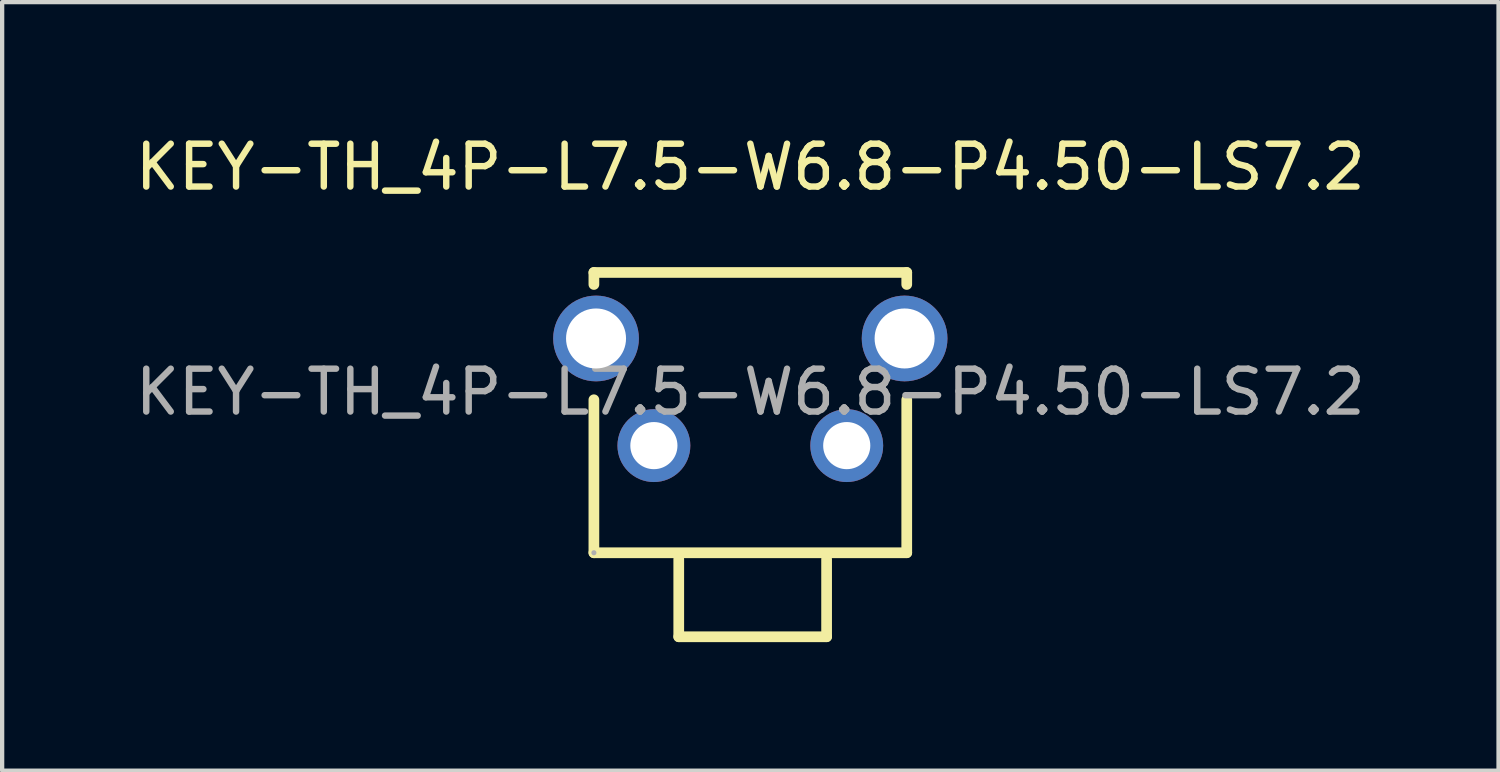
<source format=kicad_pcb>
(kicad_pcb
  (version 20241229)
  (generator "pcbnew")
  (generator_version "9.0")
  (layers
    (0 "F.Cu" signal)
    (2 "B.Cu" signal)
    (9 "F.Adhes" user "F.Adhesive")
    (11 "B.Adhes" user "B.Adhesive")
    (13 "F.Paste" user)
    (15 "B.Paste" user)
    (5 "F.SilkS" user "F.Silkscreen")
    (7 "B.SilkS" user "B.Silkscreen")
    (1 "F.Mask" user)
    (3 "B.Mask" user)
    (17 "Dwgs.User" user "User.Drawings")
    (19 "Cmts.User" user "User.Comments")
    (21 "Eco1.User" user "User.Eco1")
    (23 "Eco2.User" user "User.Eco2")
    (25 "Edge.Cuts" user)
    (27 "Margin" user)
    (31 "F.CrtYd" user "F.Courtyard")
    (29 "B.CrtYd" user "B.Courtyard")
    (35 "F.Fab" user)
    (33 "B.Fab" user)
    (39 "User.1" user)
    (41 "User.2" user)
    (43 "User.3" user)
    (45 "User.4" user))
  (footprint "KEY-TH_4P-L7.5-W6.8-P4.50-LS7.2"
    (layer "F.Cu")
    (at 14.458 6.098)
    (property "Reference" "KEY-TH_4P-L7.5-W6.8-P4.50-LS7.2" (at 0 -5.25 0) (layer "F.SilkS") (effects (font (size 1 1) (thickness 0.15))))
    (attr through_hole)
    (fp_line (start -3.65 -2.79) (end -3.65 -2.51) (stroke (width 0.25) (type solid)) (layer "F.SilkS"))
    (fp_line (start -3.65 0.18) (end -3.65 3.75) (stroke (width 0.25) (type solid)) (layer "F.SilkS"))
    (fp_line (start -3.65 3.75) (end 3.65 3.75) (stroke (width 0.25) (type solid)) (layer "F.SilkS"))
    (fp_line (start -1.67 5.71) (end -1.67 3.9) (stroke (width 0.25) (type solid)) (layer "F.SilkS"))
    (fp_line (start -1.67 5.71) (end 1.78 5.71) (stroke (width 0.25) (type solid)) (layer "F.SilkS"))
    (fp_line (start 1.78 5.71) (end 1.78 3.9) (stroke (width 0.25) (type solid)) (layer "F.SilkS"))
    (fp_line (start 3.65 -2.79) (end -3.65 -2.79) (stroke (width 0.25) (type solid)) (layer "F.SilkS"))
    (fp_line (start 3.65 -2.79) (end 3.65 -2.51) (stroke (width 0.25) (type solid)) (layer "F.SilkS"))
    (fp_line (start 3.65 0.18) (end 3.65 3.75) (stroke (width 0.25) (type solid)) (layer "F.SilkS"))
    (fp_circle (center -3.65 3.75) (end -3.62 3.75) (stroke (width 0.06) (type solid)) (fill no) (layer "F.Fab"))
    (fp_text user "${REFERENCE}" (at 0 0 0) (layer "F.Fab") (effects (font (size 1 1) (thickness 0.15))))
    (pad "1" thru_hole circle (at -2.25 1.25) (size 1.7 1.7) (drill 1.1) (layers "*.Cu" "*.Mask"))
    (pad "2" thru_hole circle (at 2.25 1.25) (size 1.7 1.7) (drill 1.1) (layers "*.Cu" "*.Mask"))
    (pad "3" thru_hole circle (at 3.6 -1.25) (size 2 2) (drill 1.4) (layers "*.Cu" "*.Mask"))
    (pad "4" thru_hole circle (at -3.6 -1.25) (size 2 2) (drill 1.4) (layers "*.Cu" "*.Mask")))
  (gr_rect
    (start -3 -3)
    (end 31.917 14.933)
    (stroke (width 0.1) (type default))
    (fill no)
    (layer "Edge.Cuts")))
</source>
